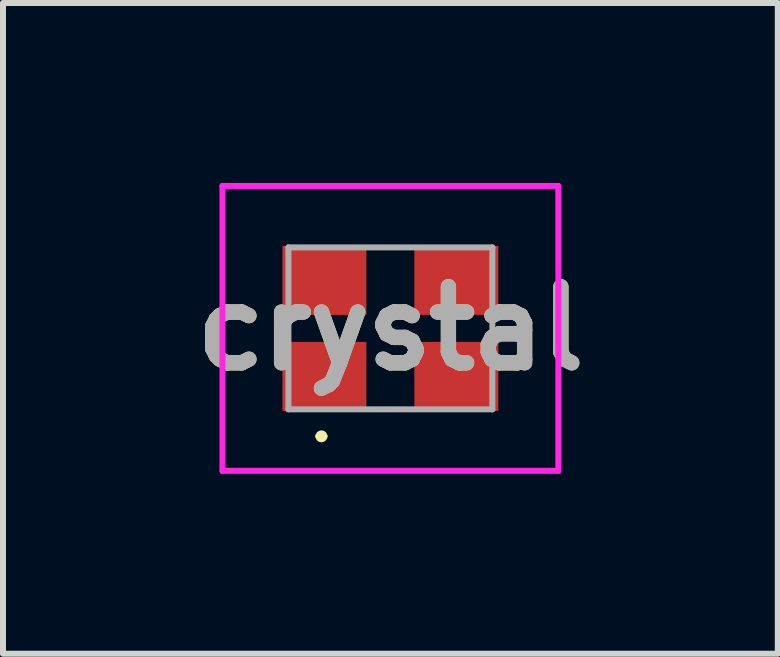
<source format=kicad_pcb>
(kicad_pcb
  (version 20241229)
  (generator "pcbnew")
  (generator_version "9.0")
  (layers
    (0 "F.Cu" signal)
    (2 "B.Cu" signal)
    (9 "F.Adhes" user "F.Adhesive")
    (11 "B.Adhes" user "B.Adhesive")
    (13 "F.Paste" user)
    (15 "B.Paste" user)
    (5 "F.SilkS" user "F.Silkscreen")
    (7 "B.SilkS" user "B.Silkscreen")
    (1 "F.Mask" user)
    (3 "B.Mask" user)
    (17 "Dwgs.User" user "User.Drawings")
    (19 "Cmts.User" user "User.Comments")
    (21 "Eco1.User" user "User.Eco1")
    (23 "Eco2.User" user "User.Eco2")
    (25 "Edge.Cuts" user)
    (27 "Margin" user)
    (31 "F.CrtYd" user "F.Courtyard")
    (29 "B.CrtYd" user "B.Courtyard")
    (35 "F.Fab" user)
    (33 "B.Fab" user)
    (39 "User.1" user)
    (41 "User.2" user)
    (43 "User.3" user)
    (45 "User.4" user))
  (footprint "crystal"
    (layer "F.Cu")
    (at 3.459 2.425)
    (property "Reference" "crystal" (at 0 0 0) (layer "F.SilkS") (effects (font (size 1.27 1.27) (thickness 0.254))))
    (attr smd)
    (fp_line (start -1.2 1.8) (end -1.2 1.8) (stroke (width 0.1) (type solid)) (layer "F.SilkS"))
    (fp_line (start -1.1 1.8) (end -1.1 1.8) (stroke (width 0.1) (type solid)) (layer "F.SilkS"))
    (fp_arc (start -1.2 1.8) (mid -1.15 1.75) (end -1.1 1.8) (stroke (width 0.1) (type solid)) (layer "F.SilkS"))
    (fp_arc (start -1.1 1.8) (mid -1.15 1.85) (end -1.2 1.8) (stroke (width 0.1) (type solid)) (layer "F.SilkS"))
    (fp_line (start -2.8 -2.375) (end 2.8 -2.375) (stroke (width 0.1) (type solid)) (layer "F.CrtYd"))
    (fp_line (start -2.8 2.375) (end -2.8 -2.375) (stroke (width 0.1) (type solid)) (layer "F.CrtYd"))
    (fp_line (start 2.8 -2.375) (end 2.8 2.375) (stroke (width 0.1) (type solid)) (layer "F.CrtYd"))
    (fp_line (start 2.8 2.375) (end -2.8 2.375) (stroke (width 0.1) (type solid)) (layer "F.CrtYd"))
    (fp_line (start -1.7 -1.35) (end 1.7 -1.35) (stroke (width 0.1) (type solid)) (layer "F.Fab"))
    (fp_line (start -1.7 1.35) (end -1.7 -1.35) (stroke (width 0.1) (type solid)) (layer "F.Fab"))
    (fp_line (start 1.7 -1.35) (end 1.7 1.35) (stroke (width 0.1) (type solid)) (layer "F.Fab"))
    (fp_line (start 1.7 1.35) (end -1.7 1.35) (stroke (width 0.1) (type solid)) (layer "F.Fab"))
    (fp_text user "${REFERENCE}" (at 0 0 0) (layer "F.Fab") (effects (font (size 1.27 1.27) (thickness 0.254))))
    (pad "1" smd rect (at -1.1 0.8 90) (size 1.15 1.4) (layers "F.Cu" "F.Mask" "F.Paste"))
    (pad "2" smd rect (at 1.1 0.8 90) (size 1.15 1.4) (layers "F.Cu" "F.Mask" "F.Paste"))
    (pad "3" smd rect (at 1.1 -0.8 90) (size 1.15 1.4) (layers "F.Cu" "F.Mask" "F.Paste"))
    (pad "4" smd rect (at -1.1 -0.8 90) (size 1.15 1.4) (layers "F.Cu" "F.Mask" "F.Paste")))
  (gr_rect
    (start -3 -3)
    (end 9.918 7.85)
    (stroke (width 0.1) (type default))
    (fill no)
    (layer "Edge.Cuts")))
</source>
